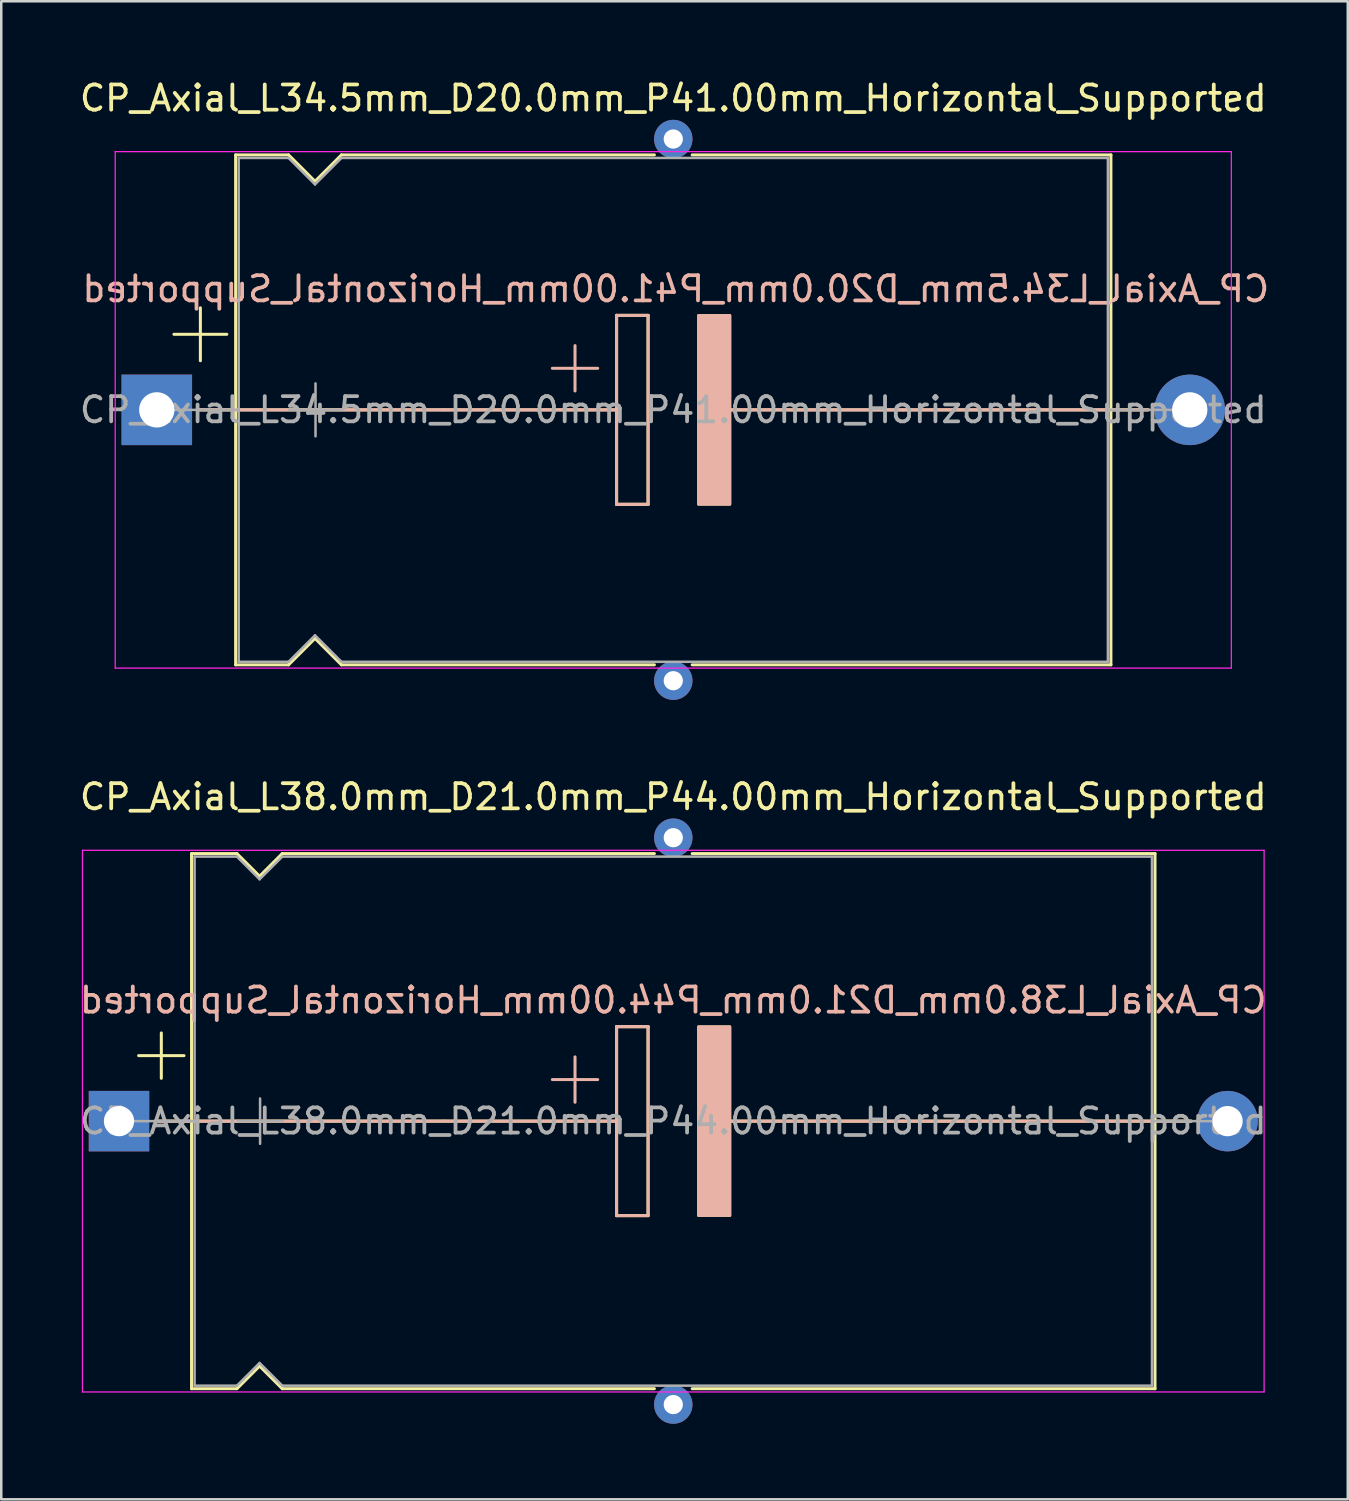
<source format=kicad_pcb>
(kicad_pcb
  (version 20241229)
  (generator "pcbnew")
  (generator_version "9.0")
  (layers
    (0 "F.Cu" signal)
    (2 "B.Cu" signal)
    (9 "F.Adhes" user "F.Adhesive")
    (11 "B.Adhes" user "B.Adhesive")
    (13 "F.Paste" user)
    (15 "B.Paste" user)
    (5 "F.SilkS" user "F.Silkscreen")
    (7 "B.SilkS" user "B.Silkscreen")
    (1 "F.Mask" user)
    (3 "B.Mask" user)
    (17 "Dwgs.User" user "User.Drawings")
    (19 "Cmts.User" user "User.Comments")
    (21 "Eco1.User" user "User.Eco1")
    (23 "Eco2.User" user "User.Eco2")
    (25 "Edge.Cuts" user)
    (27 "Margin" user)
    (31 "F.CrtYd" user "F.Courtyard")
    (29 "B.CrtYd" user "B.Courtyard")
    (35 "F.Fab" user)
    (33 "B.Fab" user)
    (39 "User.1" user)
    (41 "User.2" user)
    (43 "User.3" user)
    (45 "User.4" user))
  (footprint "CP_Axial_L38.0mm_D21.0mm_P44.00mm_Horizontal_Supported"
    (layer "F.Cu")
    (at 1.673 41.449)
    (property "Reference" "CP_Axial_L38.0mm_D21.0mm_P44.00mm_Horizontal_Supported" (at 22 -12.87 0) (layer "F.SilkS") (effects (font (size 1 1) (thickness 0.15))))
    (fp_line (start 0.78 -2.6) (end 2.58 -2.6) (stroke (width 0.12) (type solid)) (layer "F.SilkS"))
    (fp_line (start 1.44 0) (end 2.88 0) (stroke (width 0.12) (type solid)) (layer "F.SilkS"))
    (fp_line (start 1.68 -3.5) (end 1.68 -1.7) (stroke (width 0.12) (type solid)) (layer "F.SilkS"))
    (fp_line (start 2.88 -10.62) (end 2.88 10.62) (stroke (width 0.12) (type solid)) (layer "F.SilkS"))
    (fp_line (start 2.88 -10.62) (end 4.68 -10.62) (stroke (width 0.12) (type solid)) (layer "F.SilkS"))
    (fp_line (start 2.88 0) (end 19.75 0) (stroke (width 0.12) (type solid)) (layer "F.SilkS"))
    (fp_line (start 2.88 10.62) (end 4.68 10.62) (stroke (width 0.12) (type solid)) (layer "F.SilkS"))
    (fp_line (start 4.68 -10.62) (end 5.58 -9.72) (stroke (width 0.12) (type solid)) (layer "F.SilkS"))
    (fp_line (start 4.68 10.62) (end 5.58 9.72) (stroke (width 0.12) (type solid)) (layer "F.SilkS"))
    (fp_line (start 5.58 -9.72) (end 6.48 -10.62) (stroke (width 0.12) (type solid)) (layer "F.SilkS"))
    (fp_line (start 5.58 9.72) (end 6.48 10.62) (stroke (width 0.12) (type solid)) (layer "F.SilkS"))
    (fp_line (start 6.48 -10.62) (end 21.25 -10.62) (stroke (width 0.12) (type solid)) (layer "F.SilkS"))
    (fp_line (start 6.48 10.62) (end 21.25 10.62) (stroke (width 0.12) (type solid)) (layer "F.SilkS"))
    (fp_line (start 19.75 -3.75) (end 21 -3.75) (stroke (width 0.12) (type solid)) (layer "F.SilkS"))
    (fp_line (start 19.75 0) (end 19.75 -3.75) (stroke (width 0.12) (type solid)) (layer "F.SilkS"))
    (fp_line (start 19.75 3.75) (end 19.75 0) (stroke (width 0.12) (type solid)) (layer "F.SilkS"))
    (fp_line (start 21 -3.75) (end 21 3.75) (stroke (width 0.12) (type solid)) (layer "F.SilkS"))
    (fp_line (start 21 3.75) (end 19.75 3.75) (stroke (width 0.12) (type solid)) (layer "F.SilkS"))
    (fp_line (start 22.75 -10.62) (end 41.12 -10.62) (stroke (width 0.12) (type solid)) (layer "F.SilkS"))
    (fp_line (start 22.75 10.62) (end 41.12 10.62) (stroke (width 0.12) (type solid)) (layer "F.SilkS"))
    (fp_line (start 24.25 0) (end 41.12 0) (stroke (width 0.12) (type solid)) (layer "F.SilkS"))
    (fp_line (start 41.12 -10.62) (end 41.12 10.62) (stroke (width 0.12) (type solid)) (layer "F.SilkS"))
    (fp_line (start 42.56 0) (end 41.12 0) (stroke (width 0.12) (type solid)) (layer "F.SilkS"))
    (fp_poly (pts (xy 24.25 3.75) (xy 23 3.75) (xy 23 -3.75) (xy 24.25 -3.75)) (stroke (width 0.1) (type solid)) (fill yes) (layer "F.SilkS"))
    (fp_line (start 1.45 0) (end 12.88 0) (stroke (width 0.12) (type solid)) (layer "B.SilkS"))
    (fp_line (start 12.88 0) (end 19.75 0) (stroke (width 0.12) (type solid)) (layer "B.SilkS"))
    (fp_line (start 18.1 -2.55) (end 18.1 -0.75) (stroke (width 0.12) (type solid)) (layer "B.SilkS"))
    (fp_line (start 19 -1.65) (end 17.2 -1.65) (stroke (width 0.12) (type solid)) (layer "B.SilkS"))
    (fp_line (start 19.75 -3.75) (end 21 -3.75) (stroke (width 0.12) (type solid)) (layer "B.SilkS"))
    (fp_line (start 19.75 0) (end 19.75 -3.75) (stroke (width 0.12) (type solid)) (layer "B.SilkS"))
    (fp_line (start 19.75 3.75) (end 19.75 0) (stroke (width 0.12) (type solid)) (layer "B.SilkS"))
    (fp_line (start 21 -3.75) (end 21 3.75) (stroke (width 0.12) (type solid)) (layer "B.SilkS"))
    (fp_line (start 21 3.75) (end 19.75 3.75) (stroke (width 0.12) (type solid)) (layer "B.SilkS"))
    (fp_line (start 24.25 0) (end 31.12 0) (stroke (width 0.12) (type solid)) (layer "B.SilkS"))
    (fp_line (start 42.55 0) (end 31.12 0) (stroke (width 0.12) (type solid)) (layer "B.SilkS"))
    (fp_poly (pts (xy 24.25 3.75) (xy 23 3.75) (xy 23 -3.75) (xy 24.25 -3.75)) (stroke (width 0.1) (type solid)) (fill yes) (layer "B.SilkS"))
    (fp_line (start -1.45 -10.75) (end -1.45 10.75) (stroke (width 0.05) (type solid)) (layer "F.CrtYd"))
    (fp_line (start -1.45 10.75) (end 45.45 10.75) (stroke (width 0.05) (type solid)) (layer "F.CrtYd"))
    (fp_line (start 45.45 -10.75) (end -1.45 -10.75) (stroke (width 0.05) (type solid)) (layer "F.CrtYd"))
    (fp_line (start 45.45 10.75) (end 45.45 -10.75) (stroke (width 0.05) (type solid)) (layer "F.CrtYd"))
    (fp_line (start 0 0) (end 3 0) (stroke (width 0.1) (type solid)) (layer "F.Fab"))
    (fp_line (start 3 -10.5) (end 3 10.5) (stroke (width 0.1) (type solid)) (layer "F.Fab"))
    (fp_line (start 3 -10.5) (end 4.68 -10.5) (stroke (width 0.1) (type solid)) (layer "F.Fab"))
    (fp_line (start 3 10.5) (end 4.68 10.5) (stroke (width 0.1) (type solid)) (layer "F.Fab"))
    (fp_line (start 4.68 -10.5) (end 5.58 -9.6) (stroke (width 0.1) (type solid)) (layer "F.Fab"))
    (fp_line (start 4.68 10.5) (end 5.58 9.6) (stroke (width 0.1) (type solid)) (layer "F.Fab"))
    (fp_line (start 4.7 0) (end 6.5 0) (stroke (width 0.1) (type solid)) (layer "F.Fab"))
    (fp_line (start 5.58 -9.6) (end 6.48 -10.5) (stroke (width 0.1) (type solid)) (layer "F.Fab"))
    (fp_line (start 5.58 9.6) (end 6.48 10.5) (stroke (width 0.1) (type solid)) (layer "F.Fab"))
    (fp_line (start 5.6 -0.9) (end 5.6 0.9) (stroke (width 0.1) (type solid)) (layer "F.Fab"))
    (fp_line (start 6.48 -10.5) (end 41 -10.5) (stroke (width 0.1) (type solid)) (layer "F.Fab"))
    (fp_line (start 6.48 10.5) (end 41 10.5) (stroke (width 0.1) (type solid)) (layer "F.Fab"))
    (fp_line (start 41 -10.5) (end 41 10.5) (stroke (width 0.1) (type solid)) (layer "F.Fab"))
    (fp_line (start 44 0) (end 41 0) (stroke (width 0.1) (type solid)) (layer "F.Fab"))
    (fp_text user "${REFERENCE}" (at 22 -4.8 0) (layer "B.SilkS") (effects (font (size 1 1) (thickness 0.15)) (justify mirror)))
    (fp_text user "${REFERENCE}" (at 22 0 0) (layer "F.Fab") (effects (font (size 1 1) (thickness 0.15))))
    (pad "1" thru_hole rect (at 0 0) (size 2.4 2.4) (drill 1.2) (layers "*.Cu" "*.Mask"))
    (pad "2" thru_hole oval (at 44 0) (size 2.4 2.4) (drill 1.2) (layers "*.Cu" "*.Mask"))
    (pad "3" thru_hole circle (at 22 11.25) (size 1.524 1.524) (drill 0.762) (layers "*.Cu" "*.Mask"))
    (pad "~" thru_hole circle (at 22 -11.25) (size 1.524 1.524) (drill 0.762) (layers "*.Cu" "*.Mask")))
  (footprint "CP_Axial_L34.5mm_D20.0mm_P41.00mm_Horizontal_Supported"
    (layer "F.Cu")
    (at 3.173 13.218)
    (property "Reference" "CP_Axial_L34.5mm_D20.0mm_P41.00mm_Horizontal_Supported" (at 20.5 -12.37 0) (layer "F.SilkS") (effects (font (size 1 1) (thickness 0.15))))
    (fp_line (start 0.68 -3) (end 2.78 -3) (stroke (width 0.12) (type solid)) (layer "F.SilkS"))
    (fp_line (start 1.64 0) (end 3.13 0) (stroke (width 0.12) (type solid)) (layer "F.SilkS"))
    (fp_line (start 1.73 -4.05) (end 1.73 -1.95) (stroke (width 0.12) (type solid)) (layer "F.SilkS"))
    (fp_line (start 3.13 -10.12) (end 3.13 10.12) (stroke (width 0.12) (type solid)) (layer "F.SilkS"))
    (fp_line (start 3.13 -10.12) (end 5.23 -10.12) (stroke (width 0.12) (type solid)) (layer "F.SilkS"))
    (fp_line (start 3.13 0) (end 18.25 0) (stroke (width 0.12) (type solid)) (layer "F.SilkS"))
    (fp_line (start 3.13 10.12) (end 5.23 10.12) (stroke (width 0.12) (type solid)) (layer "F.SilkS"))
    (fp_line (start 5.23 -10.12) (end 6.28 -9.07) (stroke (width 0.12) (type solid)) (layer "F.SilkS"))
    (fp_line (start 5.23 10.12) (end 6.28 9.07) (stroke (width 0.12) (type solid)) (layer "F.SilkS"))
    (fp_line (start 6.28 -9.07) (end 7.33 -10.12) (stroke (width 0.12) (type solid)) (layer "F.SilkS"))
    (fp_line (start 6.28 9.07) (end 7.33 10.12) (stroke (width 0.12) (type solid)) (layer "F.SilkS"))
    (fp_line (start 7.33 -10.12) (end 19.75 -10.12) (stroke (width 0.12) (type solid)) (layer "F.SilkS"))
    (fp_line (start 7.33 10.12) (end 19.75 10.12) (stroke (width 0.12) (type solid)) (layer "F.SilkS"))
    (fp_line (start 18.25 -3.75) (end 19.5 -3.75) (stroke (width 0.12) (type solid)) (layer "F.SilkS"))
    (fp_line (start 18.25 0) (end 18.25 -3.75) (stroke (width 0.12) (type solid)) (layer "F.SilkS"))
    (fp_line (start 18.25 3.75) (end 18.25 0) (stroke (width 0.12) (type solid)) (layer "F.SilkS"))
    (fp_line (start 19.5 -3.75) (end 19.5 3.75) (stroke (width 0.12) (type solid)) (layer "F.SilkS"))
    (fp_line (start 19.5 3.75) (end 18.25 3.75) (stroke (width 0.12) (type solid)) (layer "F.SilkS"))
    (fp_line (start 21.25 -10.12) (end 37.87 -10.12) (stroke (width 0.12) (type solid)) (layer "F.SilkS"))
    (fp_line (start 21.25 10.12) (end 37.87 10.12) (stroke (width 0.12) (type solid)) (layer "F.SilkS"))
    (fp_line (start 22.75 0) (end 37.87 0) (stroke (width 0.12) (type solid)) (layer "F.SilkS"))
    (fp_line (start 37.87 -10.12) (end 37.87 10.12) (stroke (width 0.12) (type solid)) (layer "F.SilkS"))
    (fp_line (start 39.36 0) (end 37.87 0) (stroke (width 0.12) (type solid)) (layer "F.SilkS"))
    (fp_poly (pts (xy 22.75 3.75) (xy 21.5 3.75) (xy 21.5 -3.75) (xy 22.75 -3.75)) (stroke (width 0.1) (type solid)) (fill yes) (layer "F.SilkS"))
    (fp_line (start 1.65 0) (end 11.38 0) (stroke (width 0.12) (type solid)) (layer "B.SilkS"))
    (fp_line (start 11.38 0) (end 18.25 0) (stroke (width 0.12) (type solid)) (layer "B.SilkS"))
    (fp_line (start 16.6 -2.55) (end 16.6 -0.75) (stroke (width 0.12) (type solid)) (layer "B.SilkS"))
    (fp_line (start 17.5 -1.65) (end 15.7 -1.65) (stroke (width 0.12) (type solid)) (layer "B.SilkS"))
    (fp_line (start 18.25 -3.75) (end 19.5 -3.75) (stroke (width 0.12) (type solid)) (layer "B.SilkS"))
    (fp_line (start 18.25 0) (end 18.25 -3.75) (stroke (width 0.12) (type solid)) (layer "B.SilkS"))
    (fp_line (start 18.25 3.75) (end 18.25 0) (stroke (width 0.12) (type solid)) (layer "B.SilkS"))
    (fp_line (start 19.5 -3.75) (end 19.5 3.75) (stroke (width 0.12) (type solid)) (layer "B.SilkS"))
    (fp_line (start 19.5 3.75) (end 18.25 3.75) (stroke (width 0.12) (type solid)) (layer "B.SilkS"))
    (fp_line (start 22.75 0) (end 29.62 0) (stroke (width 0.12) (type solid)) (layer "B.SilkS"))
    (fp_line (start 39.35 0) (end 29.62 0) (stroke (width 0.12) (type solid)) (layer "B.SilkS"))
    (fp_poly (pts (xy 22.75 3.75) (xy 21.5 3.75) (xy 21.5 -3.75) (xy 22.75 -3.75)) (stroke (width 0.1) (type solid)) (fill yes) (layer "B.SilkS"))
    (fp_line (start -1.65 -10.25) (end -1.65 10.25) (stroke (width 0.05) (type solid)) (layer "F.CrtYd"))
    (fp_line (start -1.65 10.25) (end 42.65 10.25) (stroke (width 0.05) (type solid)) (layer "F.CrtYd"))
    (fp_line (start 42.65 -10.25) (end -1.65 -10.25) (stroke (width 0.05) (type solid)) (layer "F.CrtYd"))
    (fp_line (start 42.65 10.25) (end 42.65 -10.25) (stroke (width 0.05) (type solid)) (layer "F.CrtYd"))
    (fp_line (start 0 0) (end 3.25 0) (stroke (width 0.1) (type solid)) (layer "F.Fab"))
    (fp_line (start 3.25 -10) (end 3.25 10) (stroke (width 0.1) (type solid)) (layer "F.Fab"))
    (fp_line (start 3.25 -10) (end 5.23 -10) (stroke (width 0.1) (type solid)) (layer "F.Fab"))
    (fp_line (start 3.25 10) (end 5.23 10) (stroke (width 0.1) (type solid)) (layer "F.Fab"))
    (fp_line (start 5.23 -10) (end 6.28 -8.95) (stroke (width 0.1) (type solid)) (layer "F.Fab"))
    (fp_line (start 5.23 10) (end 6.28 8.95) (stroke (width 0.1) (type solid)) (layer "F.Fab"))
    (fp_line (start 5.25 0) (end 7.35 0) (stroke (width 0.1) (type solid)) (layer "F.Fab"))
    (fp_line (start 6.28 -8.95) (end 7.33 -10) (stroke (width 0.1) (type solid)) (layer "F.Fab"))
    (fp_line (start 6.28 8.95) (end 7.33 10) (stroke (width 0.1) (type solid)) (layer "F.Fab"))
    (fp_line (start 6.3 -1.05) (end 6.3 1.05) (stroke (width 0.1) (type solid)) (layer "F.Fab"))
    (fp_line (start 7.33 -10) (end 37.75 -10) (stroke (width 0.1) (type solid)) (layer "F.Fab"))
    (fp_line (start 7.33 10) (end 37.75 10) (stroke (width 0.1) (type solid)) (layer "F.Fab"))
    (fp_line (start 37.75 -10) (end 37.75 10) (stroke (width 0.1) (type solid)) (layer "F.Fab"))
    (fp_line (start 41 0) (end 37.75 0) (stroke (width 0.1) (type solid)) (layer "F.Fab"))
    (fp_text user "${REFERENCE}" (at 20.6 -4.8 0) (layer "B.SilkS") (effects (font (size 1 1) (thickness 0.15)) (justify mirror)))
    (fp_text user "${REFERENCE}" (at 20.5 0 0) (layer "F.Fab") (effects (font (size 1 1) (thickness 0.15))))
    (pad "1" thru_hole rect (at 0 0) (size 2.8 2.8) (drill 1.4) (layers "*.Cu" "*.Mask"))
    (pad "2" thru_hole oval (at 41 0) (size 2.8 2.8) (drill 1.4) (layers "*.Cu" "*.Mask"))
    (pad "~" thru_hole circle (at 20.5 -10.75) (size 1.524 1.524) (drill 0.762) (layers "*.Cu" "*.Mask"))
    (pad "~" thru_hole circle (at 20.5 10.75) (size 1.524 1.524) (drill 0.762) (layers "*.Cu" "*.Mask")))
  (gr_rect
    (start -3 -3)
    (end 50.445 56.461)
    (stroke (width 0.1) (type default))
    (fill no)
    (layer "Edge.Cuts")))
</source>
